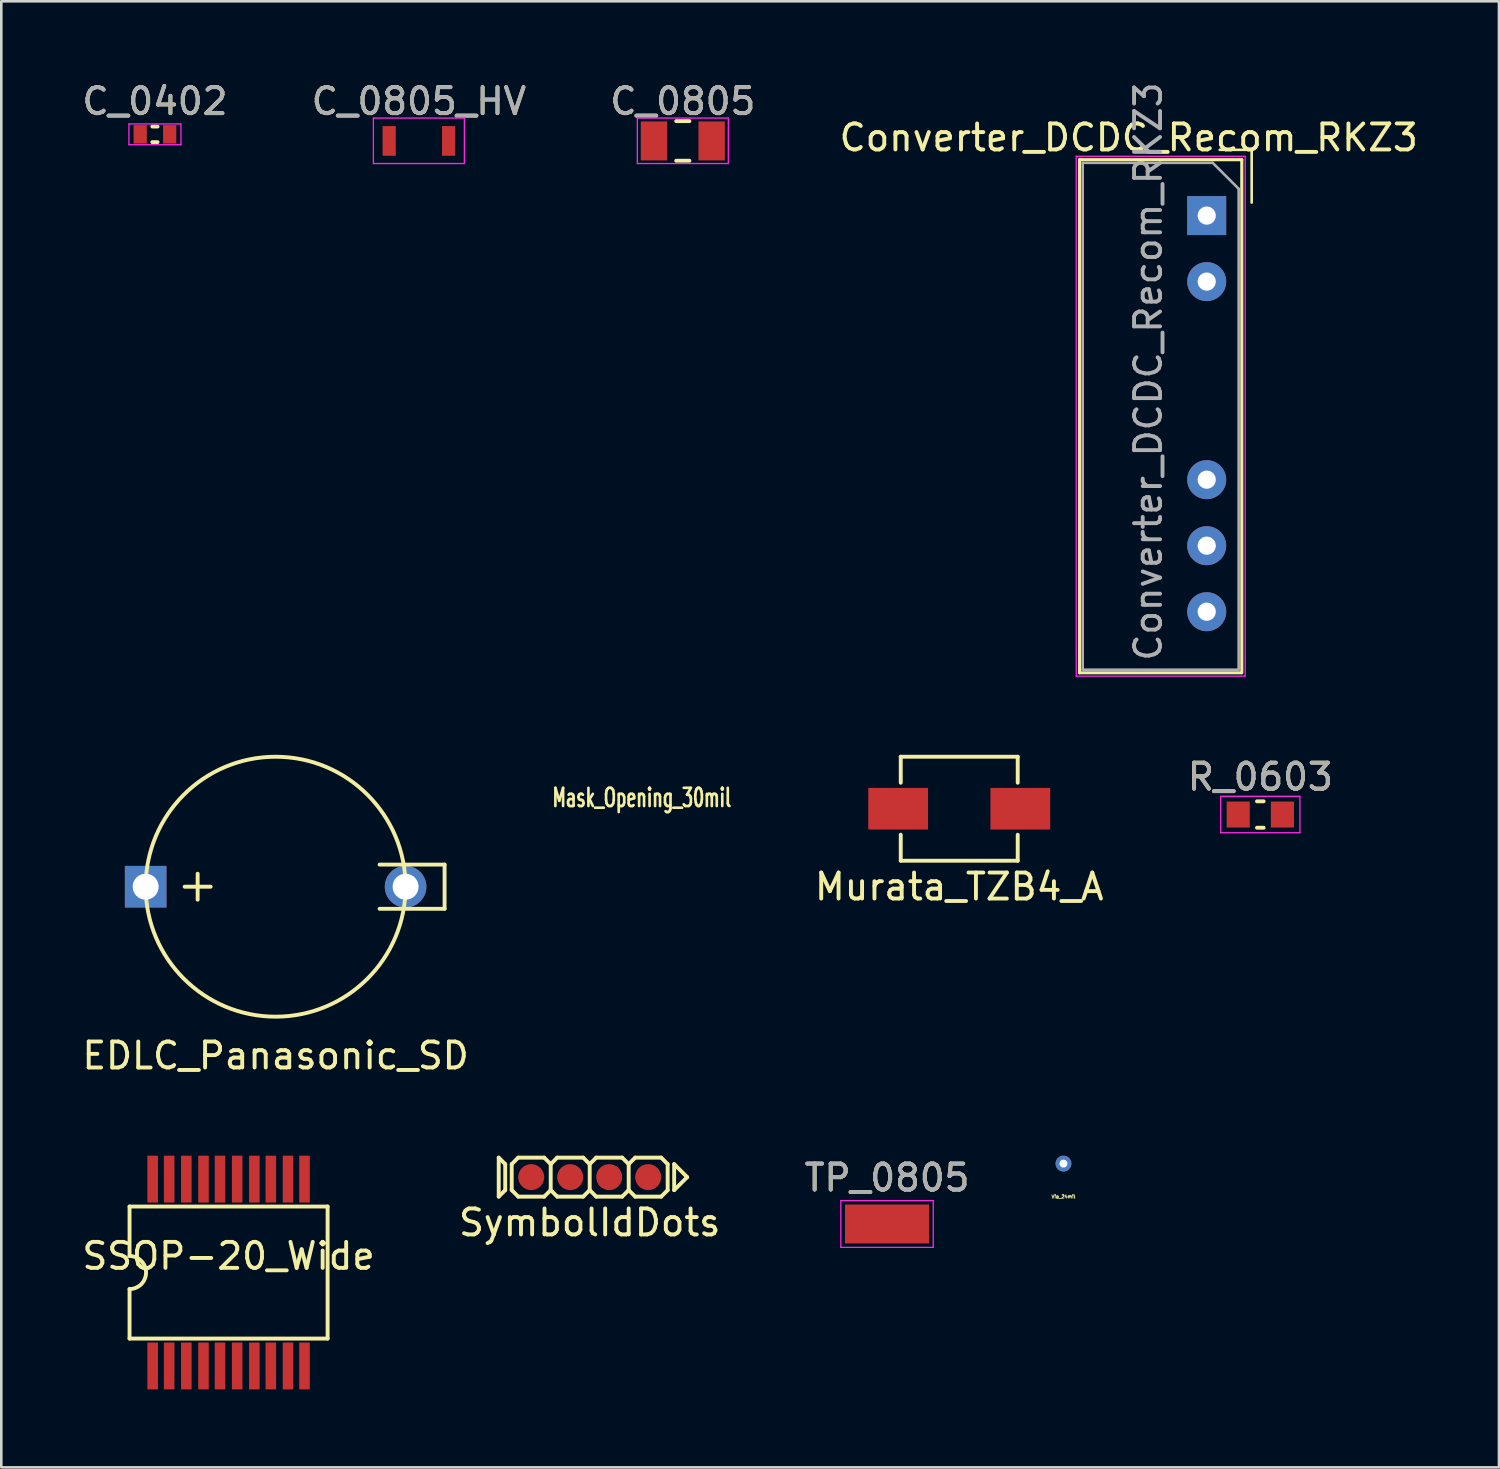
<source format=kicad_pcb>
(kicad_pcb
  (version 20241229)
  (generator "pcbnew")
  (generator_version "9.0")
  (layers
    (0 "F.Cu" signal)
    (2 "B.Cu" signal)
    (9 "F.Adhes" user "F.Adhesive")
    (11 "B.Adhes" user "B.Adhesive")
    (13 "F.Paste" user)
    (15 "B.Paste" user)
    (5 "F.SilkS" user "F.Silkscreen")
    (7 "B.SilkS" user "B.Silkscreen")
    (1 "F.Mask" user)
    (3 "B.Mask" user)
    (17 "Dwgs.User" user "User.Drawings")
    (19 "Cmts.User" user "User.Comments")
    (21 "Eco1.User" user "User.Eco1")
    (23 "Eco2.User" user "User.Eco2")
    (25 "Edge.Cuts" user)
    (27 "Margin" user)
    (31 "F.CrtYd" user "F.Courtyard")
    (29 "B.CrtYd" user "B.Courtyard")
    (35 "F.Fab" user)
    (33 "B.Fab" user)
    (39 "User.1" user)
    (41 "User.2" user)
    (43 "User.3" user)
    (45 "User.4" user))
  (footprint "Converter_DCDC_Recom_RKZ3"
    (layer "F.Cu")
    (at 43.375 5.244)
    (property "Reference" "Converter_DCDC_Recom_RKZ3" (at -3 -3 0) (layer "F.SilkS") (effects (font (size 1 1) (thickness 0.15))))
    (attr through_hole)
    (fp_line (start -4.89 -2.15) (end -4.89 17.59) (stroke (width 0.12) (type solid)) (layer "F.SilkS"))
    (fp_line (start -4.89 17.59) (end 1.33 17.59) (stroke (width 0.12) (type solid)) (layer "F.SilkS"))
    (fp_line (start 1.35 -2.15) (end -4.89 -2.15) (stroke (width 0.12) (type solid)) (layer "F.SilkS"))
    (fp_line (start 1.35 17.59) (end 1.35 -2.15) (stroke (width 0.12) (type solid)) (layer "F.SilkS"))
    (fp_line (start 1.73 -2.53) (end 0.5 -2.53) (stroke (width 0.1) (type solid)) (layer "F.SilkS"))
    (fp_line (start 1.73 -2.53) (end 1.73 -0.5) (stroke (width 0.1) (type solid)) (layer "F.SilkS"))
    (fp_line (start -5.02 -2.28) (end -5.02 17.72) (stroke (width 0.05) (type solid)) (layer "F.CrtYd"))
    (fp_line (start -5.02 17.72) (end 1.48 17.72) (stroke (width 0.05) (type solid)) (layer "F.CrtYd"))
    (fp_line (start 1.48 -2.28) (end -5.02 -2.28) (stroke (width 0.05) (type solid)) (layer "F.CrtYd"))
    (fp_line (start 1.48 17.72) (end 1.48 -2.28) (stroke (width 0.05) (type solid)) (layer "F.CrtYd"))
    (fp_line (start -4.77 -2.03) (end -4.77 17.47) (stroke (width 0.1) (type solid)) (layer "F.Fab"))
    (fp_line (start -4.77 17.47) (end 1.23 17.47) (stroke (width 0.1) (type solid)) (layer "F.Fab"))
    (fp_line (start 0.23 -2.03) (end -4.77 -2.03) (stroke (width 0.1) (type solid)) (layer "F.Fab"))
    (fp_line (start 0.23 -2.03) (end 1.23 -1.03) (stroke (width 0.1) (type solid)) (layer "F.Fab"))
    (fp_line (start 1.23 17.47) (end 1.23 -1.03) (stroke (width 0.1) (type solid)) (layer "F.Fab"))
    (fp_text user "${REFERENCE}" (at -2.25 6 90) (layer "F.Fab") (effects (font (size 1 1) (thickness 0.15))))
    (pad "1" thru_hole rect (at 0 0) (size 1.5 1.5) (drill 0.7) (layers "*.Cu" "*.Mask"))
    (pad "2" thru_hole oval (at 0 2.54) (size 1.5 1.5) (drill 0.7) (layers "*.Cu" "*.Mask"))
    (pad "4" thru_hole oval (at 0 10.16) (size 1.5 1.5) (drill 0.7) (layers "*.Cu" "*.Mask"))
    (pad "5" thru_hole oval (at 0 12.7) (size 1.5 1.5) (drill 0.7) (layers "*.Cu" "*.Mask"))
    (pad "6" thru_hole oval (at 0 15.24) (size 1.5 1.5) (drill 0.7) (layers "*.Cu" "*.Mask")))
  (footprint "TP_0805"
    (layer "F.Cu")
    (at 31.077 44.039)
    (property "Reference" "TP_0805" (at 0 -1.778 0) (layer "F.SilkS") (effects (font (size 1 1) (thickness 0.15))))
    (attr smd)
    (fp_line (start -1.778 -0.9) (end -1.778 0.9) (stroke (width 0.05) (type solid)) (layer "F.CrtYd"))
    (fp_line (start -1.778 -0.9) (end 1.778 -0.9) (stroke (width 0.05) (type solid)) (layer "F.CrtYd"))
    (fp_line (start 1.778 0.9) (end -1.778 0.9) (stroke (width 0.05) (type solid)) (layer "F.CrtYd"))
    (fp_line (start 1.778 0.9) (end 1.778 -0.9) (stroke (width 0.05) (type solid)) (layer "F.CrtYd"))
    (fp_text user "${REFERENCE}" (at 0 -1.778 0) (layer "F.Fab") (effects (font (size 1 1) (thickness 0.15))))
    (pad "1" smd rect (at 0 0) (size 3.234 1.5) (layers "F.Cu" "F.Mask" "F.Paste")))
  (footprint "Via_24mil"
    (layer "F.Cu")
    (at 37.864 41.717)
    (property "Reference" "Via_24mil" (at 0 1.27 0) (layer "F.SilkS") (effects (font (size 0.127 0.127) (thickness 0.032))))
    (attr through_hole)
    (pad "1" thru_hole circle (at 0 0) (size 0.61 0.61) (drill 0.305) (layers "*.Cu")))
  (footprint "SymbolIdDots"
    (layer "F.Cu")
    (at 19.637 42.237)
    (property "Reference" "SymbolIdDots" (at 0 1.75 0) (layer "F.SilkS") (effects (font (size 1 1) (thickness 0.15))))
    (attr through_hole)
    (fp_circle (center -2.25 0) (end -2 0) (stroke (width 0.5) (type solid)) (fill no) (layer "F.Cu"))
    (fp_circle (center -0.75 0) (end -0.5 0) (stroke (width 0.5) (type solid)) (fill no) (layer "F.Cu"))
    (fp_circle (center 0.75 0) (end 1 0) (stroke (width 0.5) (type solid)) (fill no) (layer "F.Cu"))
    (fp_circle (center 2.25 0) (end 2.5 0) (stroke (width 0.5) (type solid)) (fill no) (layer "F.Cu"))
    (fp_circle (center -2.25 0) (end -1.9 0) (stroke (width 0.7) (type solid)) (fill no) (layer "F.Mask"))
    (fp_circle (center -0.75 0) (end -0.4 0) (stroke (width 0.7) (type solid)) (fill no) (layer "F.Mask"))
    (fp_circle (center 0.75 0) (end 1.1 0) (stroke (width 0.7) (type solid)) (fill no) (layer "F.Mask"))
    (fp_circle (center 2.25 0) (end 2.6 0) (stroke (width 0.7) (type solid)) (fill no) (layer "F.Mask"))
    (fp_line (start -3.5 -0.75) (end -3.25 -0.5) (stroke (width 0.15) (type solid)) (layer "F.SilkS"))
    (fp_line (start -3.5 0.75) (end -3.5 -0.75) (stroke (width 0.15) (type solid)) (layer "F.SilkS"))
    (fp_line (start -3.25 -0.5) (end -3.25 0.5) (stroke (width 0.15) (type solid)) (layer "F.SilkS"))
    (fp_line (start -3.25 0.5) (end -3.5 0.75) (stroke (width 0.15) (type solid)) (layer "F.SilkS"))
    (fp_line (start -3 -0.5) (end -2.75 -0.75) (stroke (width 0.15) (type solid)) (layer "F.SilkS"))
    (fp_line (start -3 0.5) (end -3 -0.5) (stroke (width 0.15) (type solid)) (layer "F.SilkS"))
    (fp_line (start -2.75 -0.75) (end -1.75 -0.75) (stroke (width 0.15) (type solid)) (layer "F.SilkS"))
    (fp_line (start -2.75 0.75) (end -3 0.5) (stroke (width 0.15) (type solid)) (layer "F.SilkS"))
    (fp_line (start -1.75 -0.75) (end -1.5 -0.5) (stroke (width 0.15) (type solid)) (layer "F.SilkS"))
    (fp_line (start -1.75 0.75) (end -2.75 0.75) (stroke (width 0.15) (type solid)) (layer "F.SilkS"))
    (fp_line (start -1.5 0.5) (end -1.75 0.75) (stroke (width 0.15) (type solid)) (layer "F.SilkS"))
    (fp_line (start -1.5 0.5) (end -1.5 -0.5) (stroke (width 0.15) (type solid)) (layer "F.SilkS"))
    (fp_line (start -1.25 -0.75) (end -1.5 -0.5) (stroke (width 0.15) (type solid)) (layer "F.SilkS"))
    (fp_line (start -1.25 0.75) (end -1.5 0.5) (stroke (width 0.15) (type solid)) (layer "F.SilkS"))
    (fp_line (start -1.25 0.75) (end -0.25 0.75) (stroke (width 0.15) (type solid)) (layer "F.SilkS"))
    (fp_line (start -0.25 -0.75) (end -1.25 -0.75) (stroke (width 0.15) (type solid)) (layer "F.SilkS"))
    (fp_line (start -0.25 0.75) (end 0 0.5) (stroke (width 0.15) (type solid)) (layer "F.SilkS"))
    (fp_line (start 0 -0.5) (end -0.25 -0.75) (stroke (width 0.15) (type solid)) (layer "F.SilkS"))
    (fp_line (start 0 -0.5) (end 0.25 -0.75) (stroke (width 0.15) (type solid)) (layer "F.SilkS"))
    (fp_line (start 0 0.5) (end 0 -0.5) (stroke (width 0.15) (type solid)) (layer "F.SilkS"))
    (fp_line (start 0.25 -0.75) (end 1.25 -0.75) (stroke (width 0.15) (type solid)) (layer "F.SilkS"))
    (fp_line (start 0.25 0.75) (end 0 0.5) (stroke (width 0.15) (type solid)) (layer "F.SilkS"))
    (fp_line (start 1.25 -0.75) (end 1.5 -0.5) (stroke (width 0.15) (type solid)) (layer "F.SilkS"))
    (fp_line (start 1.25 0.75) (end 0.25 0.75) (stroke (width 0.15) (type solid)) (layer "F.SilkS"))
    (fp_line (start 1.5 -0.5) (end 1.5 0.5) (stroke (width 0.15) (type solid)) (layer "F.SilkS"))
    (fp_line (start 1.5 0.5) (end 1.25 0.75) (stroke (width 0.15) (type solid)) (layer "F.SilkS"))
    (fp_line (start 1.5 0.5) (end 1.75 0.75) (stroke (width 0.15) (type solid)) (layer "F.SilkS"))
    (fp_line (start 1.75 -0.75) (end 1.5 -0.5) (stroke (width 0.15) (type solid)) (layer "F.SilkS"))
    (fp_line (start 1.75 0.75) (end 2.75 0.75) (stroke (width 0.15) (type solid)) (layer "F.SilkS"))
    (fp_line (start 2.75 -0.75) (end 1.75 -0.75) (stroke (width 0.15) (type solid)) (layer "F.SilkS"))
    (fp_line (start 2.75 0.75) (end 3 0.5) (stroke (width 0.15) (type solid)) (layer "F.SilkS"))
    (fp_line (start 3 -0.5) (end 2.75 -0.75) (stroke (width 0.15) (type solid)) (layer "F.SilkS"))
    (fp_line (start 3 0.5) (end 3 -0.5) (stroke (width 0.15) (type solid)) (layer "F.SilkS"))
    (fp_line (start 3.25 -0.5) (end 3.25 0.5) (stroke (width 0.15) (type solid)) (layer "F.SilkS"))
    (fp_line (start 3.25 0.5) (end 3.75 0) (stroke (width 0.15) (type solid)) (layer "F.SilkS"))
    (fp_line (start 3.75 0) (end 3.25 -0.5) (stroke (width 0.15) (type solid)) (layer "F.SilkS")))
  (footprint "SSOP-20_Wide"
    (layer "F.Cu")
    (at 5.744 45.908)
    (property "Reference" "SSOP-20_Wide" (at 0 -0.635 0) (layer "F.SilkS") (effects (font (size 1 1) (thickness 0.15))))
    (attr smd)
    (fp_line (start -3.81 -0.635) (end -3.81 -2.54) (stroke (width 0.15) (type solid)) (layer "F.SilkS"))
    (fp_line (start -3.81 2.54) (end -3.81 0.635) (stroke (width 0.15) (type solid)) (layer "F.SilkS"))
    (fp_line (start -3.81 2.54) (end 3.81 2.54) (stroke (width 0.15) (type solid)) (layer "F.SilkS"))
    (fp_line (start 3.81 -2.54) (end -3.81 -2.54) (stroke (width 0.15) (type solid)) (layer "F.SilkS"))
    (fp_line (start 3.81 -2.54) (end 3.81 2.54) (stroke (width 0.15) (type solid)) (layer "F.SilkS"))
    (fp_arc (start -3.81 -0.635) (mid -3.175 0) (end -3.81 0.635) (stroke (width 0.15) (type solid)) (layer "F.SilkS"))
    (pad "1" smd rect (at -2.921 3.594) (size 0.406 1.803) (layers "F.Cu" "F.Mask" "F.Paste"))
    (pad "2" smd rect (at -2.286 3.594) (size 0.406 1.803) (layers "F.Cu" "F.Mask" "F.Paste"))
    (pad "3" smd rect (at -1.626 3.594) (size 0.406 1.803) (layers "F.Cu" "F.Mask" "F.Paste"))
    (pad "4" smd rect (at -0.965 3.594) (size 0.406 1.803) (layers "F.Cu" "F.Mask" "F.Paste"))
    (pad "5" smd rect (at -0.33 3.594) (size 0.406 1.803) (layers "F.Cu" "F.Mask" "F.Paste"))
    (pad "6" smd rect (at 0.33 3.594) (size 0.406 1.803) (layers "F.Cu" "F.Mask" "F.Paste"))
    (pad "7" smd rect (at 0.991 3.594) (size 0.406 1.803) (layers "F.Cu" "F.Mask" "F.Paste"))
    (pad "8" smd rect (at 1.626 3.594) (size 0.406 1.803) (layers "F.Cu" "F.Mask" "F.Paste"))
    (pad "9" smd rect (at 2.286 3.594) (size 0.406 1.803) (layers "F.Cu" "F.Mask" "F.Paste"))
    (pad "10" smd rect (at 2.921 3.594) (size 0.406 1.803) (layers "F.Cu" "F.Mask" "F.Paste"))
    (pad "11" smd rect (at 2.921 -3.594) (size 0.406 1.803) (layers "F.Cu" "F.Mask" "F.Paste"))
    (pad "12" smd rect (at 2.286 -3.594) (size 0.406 1.803) (layers "F.Cu" "F.Mask" "F.Paste"))
    (pad "13" smd rect (at 1.626 -3.594) (size 0.406 1.803) (layers "F.Cu" "F.Mask" "F.Paste"))
    (pad "14" smd rect (at 0.991 -3.594) (size 0.406 1.803) (layers "F.Cu" "F.Mask" "F.Paste"))
    (pad "15" smd rect (at 0.33 -3.594) (size 0.406 1.803) (layers "F.Cu" "F.Mask" "F.Paste"))
    (pad "16" smd rect (at -0.33 -3.594) (size 0.406 1.803) (layers "F.Cu" "F.Mask" "F.Paste"))
    (pad "17" smd rect (at -0.965 -3.594) (size 0.406 1.803) (layers "F.Cu" "F.Mask" "F.Paste"))
    (pad "18" smd rect (at -1.626 -3.594) (size 0.406 1.803) (layers "F.Cu" "F.Mask" "F.Paste"))
    (pad "19" smd rect (at -2.286 -3.594) (size 0.406 1.803) (layers "F.Cu" "F.Mask" "F.Paste"))
    (pad "20" smd rect (at -2.921 -3.594) (size 0.406 1.803) (layers "F.Cu" "F.Mask" "F.Paste")))
  (footprint "C_0805_HV"
    (layer "F.Cu")
    (at 13.065 2.372)
    (property "Reference" "C_0805_HV" (at 0 -1.524 0) (layer "F.SilkS") (effects (font (size 1 1) (thickness 0.15))))
    (attr smd)
    (fp_line (start -1.75 -0.88) (end -1.75 0.87) (stroke (width 0.05) (type solid)) (layer "F.CrtYd"))
    (fp_line (start -1.75 -0.88) (end 1.75 -0.88) (stroke (width 0.05) (type solid)) (layer "F.CrtYd"))
    (fp_line (start 1.75 0.87) (end -1.75 0.87) (stroke (width 0.05) (type solid)) (layer "F.CrtYd"))
    (fp_line (start 1.75 0.87) (end 1.75 -0.88) (stroke (width 0.05) (type solid)) (layer "F.CrtYd"))
    (fp_text user "${REFERENCE}" (at 0 -1.524 0) (layer "F.Fab") (effects (font (size 1 1) (thickness 0.15))))
    (pad "1" smd rect (at -1.143 0) (size 0.508 1.143) (layers "F.Cu" "F.Mask" "F.Paste"))
    (pad "2" smd rect (at 1.143 0) (size 0.508 1.143) (layers "F.Cu" "F.Mask" "F.Paste")))
  (footprint "Mask_Opening_30mil"
    (layer "F.Cu")
    (at 21.644 26.37)
    (property "Reference" "Mask_Opening_30mil" (at 0 1.27 0) (layer "F.SilkS") (effects (font (size 0.699 0.445) (thickness 0.102))))
    (attr through_hole)
    (pad "" smd circle (at 0 0) (size 0.762 0.762) (layers "F.Mask")))
  (footprint "C_0805"
    (layer "F.Cu")
    (at 23.22 2.372)
    (property "Reference" "C_0805" (at 0 -1.524 0) (layer "F.SilkS") (effects (font (size 1 1) (thickness 0.15))))
    (attr smd)
    (fp_line (start -0.254 -0.762) (end 0.254 -0.762) (stroke (width 0.15) (type solid)) (layer "F.SilkS"))
    (fp_line (start -0.254 0.762) (end 0.254 0.762) (stroke (width 0.15) (type solid)) (layer "F.SilkS"))
    (fp_line (start -1.75 -0.88) (end -1.75 0.87) (stroke (width 0.05) (type solid)) (layer "F.CrtYd"))
    (fp_line (start -1.75 -0.88) (end 1.75 -0.88) (stroke (width 0.05) (type solid)) (layer "F.CrtYd"))
    (fp_line (start 1.75 0.87) (end -1.75 0.87) (stroke (width 0.05) (type solid)) (layer "F.CrtYd"))
    (fp_line (start 1.75 0.87) (end 1.75 -0.88) (stroke (width 0.05) (type solid)) (layer "F.CrtYd"))
    (fp_text user "${REFERENCE}" (at 0 -1.524 0) (layer "F.Fab") (effects (font (size 1 1) (thickness 0.15))))
    (pad "1" smd rect (at -1.109 0) (size 1.016 1.5) (layers "F.Cu" "F.Mask" "F.Paste"))
    (pad "2" smd rect (at 1.109 0) (size 1.016 1.5) (layers "F.Cu" "F.Mask" "F.Paste")))
  (footprint "R_0603"
    (layer "F.Cu")
    (at 45.437 28.287)
    (property "Reference" "R_0603" (at 0 -1.45 0) (layer "F.SilkS") (effects (font (size 1 1) (thickness 0.15))))
    (attr smd)
    (fp_line (start -0.127 -0.508) (end 0.127 -0.508) (stroke (width 0.15) (type solid)) (layer "F.SilkS"))
    (fp_line (start -0.127 0.508) (end 0.127 0.508) (stroke (width 0.15) (type solid)) (layer "F.SilkS"))
    (fp_line (start -1.524 -0.7) (end -1.524 0.7) (stroke (width 0.05) (type solid)) (layer "F.CrtYd"))
    (fp_line (start -1.524 -0.7) (end 1.524 -0.7) (stroke (width 0.05) (type solid)) (layer "F.CrtYd"))
    (fp_line (start 1.524 0.7) (end -1.524 0.7) (stroke (width 0.05) (type solid)) (layer "F.CrtYd"))
    (fp_line (start 1.524 0.7) (end 1.524 -0.7) (stroke (width 0.05) (type solid)) (layer "F.CrtYd"))
    (fp_text user "${REFERENCE}" (at 0 -1.45 0) (layer "F.Fab") (effects (font (size 1 1) (thickness 0.15))))
    (pad "1" smd rect (at -0.85 0) (size 0.889 1) (layers "F.Cu" "F.Mask" "F.Paste"))
    (pad "2" smd rect (at 0.85 0) (size 0.889 1) (layers "F.Cu" "F.Mask" "F.Paste")))
  (footprint "C_0402"
    (layer "F.Cu")
    (at 2.911 2.118)
    (property "Reference" "C_0402" (at 0 -1.27 0) (layer "F.SilkS") (effects (font (size 1 1) (thickness 0.15))))
    (attr smd)
    (fp_line (start -0.1 -0.3) (end 0.1 -0.3) (stroke (width 0.15) (type solid)) (layer "F.SilkS"))
    (fp_line (start -0.1 0.3) (end 0.1 0.3) (stroke (width 0.15) (type solid)) (layer "F.SilkS"))
    (fp_line (start -1 -0.4) (end -1 0.4) (stroke (width 0.05) (type solid)) (layer "F.CrtYd"))
    (fp_line (start -1 -0.4) (end 1 -0.4) (stroke (width 0.05) (type solid)) (layer "F.CrtYd"))
    (fp_line (start 1 0.4) (end -1 0.4) (stroke (width 0.05) (type solid)) (layer "F.CrtYd"))
    (fp_line (start 1 0.4) (end 1 -0.4) (stroke (width 0.05) (type solid)) (layer "F.CrtYd"))
    (fp_text user "${REFERENCE}" (at 0 -1.27 0) (layer "F.Fab") (effects (font (size 1 1) (thickness 0.15))))
    (pad "1" smd rect (at -0.567 0) (size 0.508 0.711) (layers "F.Cu" "F.Mask" "F.Paste"))
    (pad "2" smd rect (at 0.567 0) (size 0.508 0.711) (layers "F.Cu" "F.Mask" "F.Paste")))
  (footprint "EDLC_Panasonic_SD"
    (layer "F.Cu")
    (at 7.554 31.064)
    (property "Reference" "EDLC_Panasonic_SD" (at 0 6.5 0) (layer "F.SilkS") (effects (font (size 1 1) (thickness 0.15))))
    (attr through_hole)
    (fp_line (start -3.5 0) (end -2.5 0) (stroke (width 0.15) (type solid)) (layer "F.SilkS"))
    (fp_line (start -3 -0.5) (end -3 0.5) (stroke (width 0.15) (type solid)) (layer "F.SilkS"))
    (fp_line (start 4 -0.85) (end 6.5 -0.85) (stroke (width 0.15) (type solid)) (layer "F.SilkS"))
    (fp_line (start 6.5 -0.85) (end 6.5 0.85) (stroke (width 0.15) (type solid)) (layer "F.SilkS"))
    (fp_line (start 6.5 0.85) (end 4 0.85) (stroke (width 0.15) (type solid)) (layer "F.SilkS"))
    (fp_circle (center 0 0) (end 0 -5) (stroke (width 0.15) (type solid)) (fill no) (layer "F.SilkS"))
    (pad "1" thru_hole rect (at -5 0) (size 1.6 1.6) (drill 1) (layers "*.Cu" "*.Mask"))
    (pad "2" thru_hole circle (at 5 0) (size 1.6 1.6) (drill 1) (layers "*.Cu" "*.Mask")))
  (footprint "Murata_TZB4_A"
    (layer "F.Cu")
    (at 33.854 28.064)
    (property "Reference" "Murata_TZB4_A" (at 0 3 0) (layer "F.SilkS") (effects (font (size 1 1) (thickness 0.15))))
    (attr through_hole)
    (fp_line (start -2.25 -2) (end 2.25 -2) (stroke (width 0.15) (type solid)) (layer "F.SilkS"))
    (fp_line (start -2.25 -1) (end -2.25 -2) (stroke (width 0.15) (type solid)) (layer "F.SilkS"))
    (fp_line (start -2.25 1) (end -2.25 2) (stroke (width 0.15) (type solid)) (layer "F.SilkS"))
    (fp_line (start -2.25 2) (end 2.25 2) (stroke (width 0.15) (type solid)) (layer "F.SilkS"))
    (fp_line (start 2.25 -2) (end 2.25 -1) (stroke (width 0.15) (type solid)) (layer "F.SilkS"))
    (fp_line (start 2.25 2) (end 2.25 1) (stroke (width 0.15) (type solid)) (layer "F.SilkS"))
    (pad "1" smd rect (at -2.35 0) (size 2.3 1.6) (layers "F.Cu" "F.Mask" "F.Paste"))
    (pad "2" connect rect (at 2.35 0) (size 2.3 1.6) (layers "F.Cu" "F.Mask")))
  (gr_rect
    (start -3 -3)
    (end 54.619 53.404)
    (stroke (width 0.1) (type default))
    (fill no)
    (layer "Edge.Cuts")))
</source>
